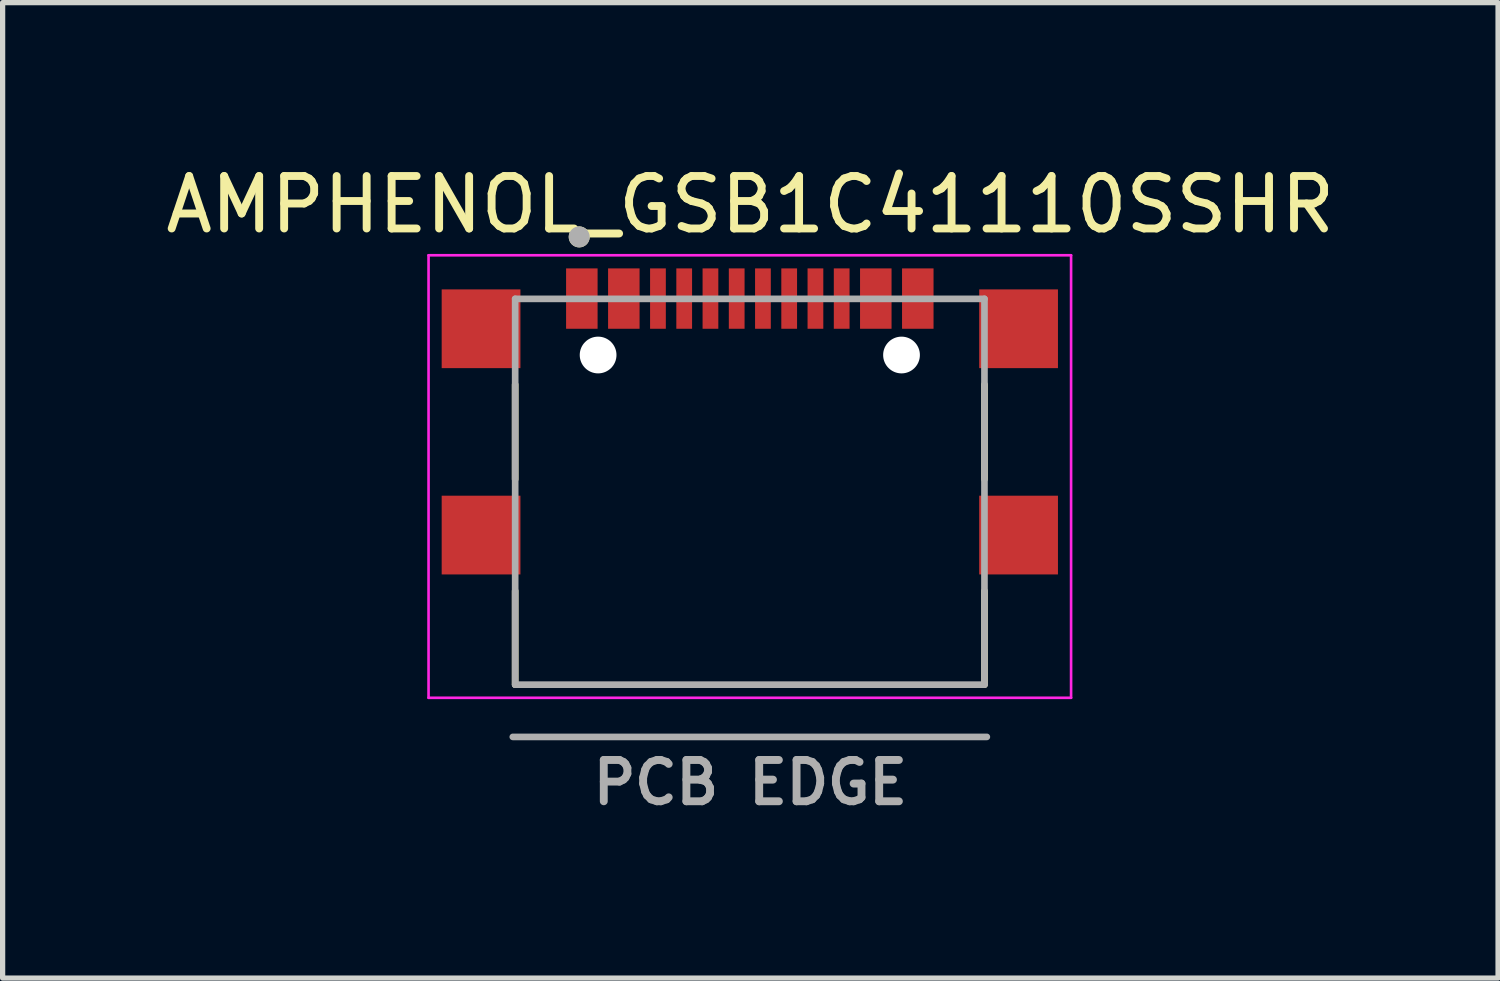
<source format=kicad_pcb>
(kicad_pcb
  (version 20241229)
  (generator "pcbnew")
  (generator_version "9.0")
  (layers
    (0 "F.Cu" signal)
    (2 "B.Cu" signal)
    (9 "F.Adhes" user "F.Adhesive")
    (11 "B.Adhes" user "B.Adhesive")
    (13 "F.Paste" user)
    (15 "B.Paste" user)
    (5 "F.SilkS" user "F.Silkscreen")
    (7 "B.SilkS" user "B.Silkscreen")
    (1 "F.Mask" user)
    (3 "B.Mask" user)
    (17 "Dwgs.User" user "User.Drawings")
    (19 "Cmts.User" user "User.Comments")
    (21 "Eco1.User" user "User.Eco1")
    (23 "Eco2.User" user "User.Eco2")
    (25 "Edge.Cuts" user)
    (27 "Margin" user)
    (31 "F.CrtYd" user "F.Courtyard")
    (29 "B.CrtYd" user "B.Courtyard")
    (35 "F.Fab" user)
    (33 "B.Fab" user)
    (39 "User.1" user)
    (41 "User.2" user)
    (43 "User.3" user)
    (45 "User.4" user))
  (footprint "AMPHENOL_GSB1C41110SSHR"
    (layer "F.Cu")
    (at 11.234 6.318)
    (property "Reference" "AMPHENOL_GSB1C41110SSHR" (at 0.01 -5.47 0) (layer "F.SilkS") (effects (font (size 1 1) (thickness 0.15))))
    (attr smd)
    (fp_poly (pts (xy -3.55 -4.305) (xy -2.85 -4.305) (xy -2.85 -3.055) (xy -3.55 -3.055)) (stroke (width 0.01) (type solid)) (fill yes) (layer "F.Mask"))
    (fp_poly (pts (xy -2.75 -4.305) (xy -2.05 -4.305) (xy -2.05 -3.055) (xy -2.75 -3.055)) (stroke (width 0.01) (type solid)) (fill yes) (layer "F.Mask"))
    (fp_poly (pts (xy -1.95 -4.305) (xy -1.55 -4.305) (xy -1.55 -3.055) (xy -1.95 -3.055)) (stroke (width 0.01) (type solid)) (fill yes) (layer "F.Mask"))
    (fp_poly (pts (xy -1.45 -4.305) (xy -1.05 -4.305) (xy -1.05 -3.055) (xy -1.45 -3.055)) (stroke (width 0.01) (type solid)) (fill yes) (layer "F.Mask"))
    (fp_poly (pts (xy -0.95 -4.305) (xy -0.55 -4.305) (xy -0.55 -3.055) (xy -0.95 -3.055)) (stroke (width 0.01) (type solid)) (fill yes) (layer "F.Mask"))
    (fp_poly (pts (xy -0.45 -4.305) (xy -0.05 -4.305) (xy -0.05 -3.055) (xy -0.45 -3.055)) (stroke (width 0.01) (type solid)) (fill yes) (layer "F.Mask"))
    (fp_poly (pts (xy 0.05 -4.305) (xy 0.45 -4.305) (xy 0.45 -3.055) (xy 0.05 -3.055)) (stroke (width 0.01) (type solid)) (fill yes) (layer "F.Mask"))
    (fp_poly (pts (xy 0.55 -4.305) (xy 0.95 -4.305) (xy 0.95 -3.055) (xy 0.55 -3.055)) (stroke (width 0.01) (type solid)) (fill yes) (layer "F.Mask"))
    (fp_poly (pts (xy 1.05 -4.305) (xy 1.45 -4.305) (xy 1.45 -3.055) (xy 1.05 -3.055)) (stroke (width 0.01) (type solid)) (fill yes) (layer "F.Mask"))
    (fp_poly (pts (xy 1.55 -4.305) (xy 1.95 -4.305) (xy 1.95 -3.055) (xy 1.55 -3.055)) (stroke (width 0.01) (type solid)) (fill yes) (layer "F.Mask"))
    (fp_poly (pts (xy 2.05 -4.305) (xy 2.75 -4.305) (xy 2.75 -3.055) (xy 2.05 -3.055)) (stroke (width 0.01) (type solid)) (fill yes) (layer "F.Mask"))
    (fp_poly (pts (xy 2.85 -4.305) (xy 3.55 -4.305) (xy 3.55 -3.055) (xy 2.85 -3.055)) (stroke (width 0.01) (type solid)) (fill yes) (layer "F.Mask"))
    (fp_line (start -4.47 -2.042) (end -4.47 -0.238) (stroke (width 0.127) (type solid)) (layer "F.SilkS"))
    (fp_line (start -4.47 3.675) (end -4.47 1.889) (stroke (width 0.127) (type solid)) (layer "F.SilkS"))
    (fp_line (start 4.47 -2.042) (end 4.47 -0.238) (stroke (width 0.127) (type solid)) (layer "F.SilkS"))
    (fp_line (start 4.47 3.675) (end 4.47 1.889) (stroke (width 0.127) (type solid)) (layer "F.SilkS"))
    (fp_circle (center -3.25 -4.855) (end -3.15 -4.855) (stroke (width 0.2) (type solid)) (fill no) (layer "F.SilkS"))
    (fp_line (start -6.12 -4.505) (end 6.12 -4.505) (stroke (width 0.05) (type solid)) (layer "F.CrtYd"))
    (fp_line (start -6.12 3.925) (end -6.12 -4.505) (stroke (width 0.05) (type solid)) (layer "F.CrtYd"))
    (fp_line (start 6.12 -4.505) (end 6.12 3.925) (stroke (width 0.05) (type solid)) (layer "F.CrtYd"))
    (fp_line (start 6.12 3.925) (end -6.12 3.925) (stroke (width 0.05) (type solid)) (layer "F.CrtYd"))
    (fp_line (start -4.515 4.67) (end 4.515 4.67) (stroke (width 0.127) (type solid)) (layer "F.Fab"))
    (fp_line (start -4.47 -3.675) (end 4.47 -3.675) (stroke (width 0.127) (type solid)) (layer "F.Fab"))
    (fp_line (start -4.47 3.675) (end -4.47 -3.675) (stroke (width 0.127) (type solid)) (layer "F.Fab"))
    (fp_line (start 4.47 -3.675) (end 4.47 3.675) (stroke (width 0.127) (type solid)) (layer "F.Fab"))
    (fp_line (start 4.47 3.675) (end -4.47 3.675) (stroke (width 0.127) (type solid)) (layer "F.Fab"))
    (fp_circle (center -3.25 -4.855) (end -3.15 -4.855) (stroke (width 0.2) (type solid)) (fill no) (layer "F.Fab"))
    (fp_text user "PCB EDGE" (at 0.01 5.54 0) (layer "F.Fab") (effects (font (size 0.787 0.787) (thickness 0.15))))
    (pad "" np_thru_hole circle (at -2.89 -2.605) (size 0.7 0.7) (drill 0.7) (layers "*.Cu" "*.Mask"))
    (pad "" np_thru_hole circle (at 2.89 -2.605) (size 0.7 0.7) (drill 0.7) (layers "*.Cu" "*.Mask"))
    (pad "A1_B12" smd rect (at -3.2 -3.68) (size 0.6 1.15) (layers "F.Cu" "F.Paste"))
    (pad "A4_B9" smd rect (at -2.4 -3.68) (size 0.6 1.15) (layers "F.Cu" "F.Paste"))
    (pad "A5" smd rect (at -1.25 -3.68) (size 0.3 1.15) (layers "F.Cu" "F.Paste"))
    (pad "A6" smd rect (at -0.25 -3.68) (size 0.3 1.15) (layers "F.Cu" "F.Paste"))
    (pad "A7" smd rect (at 0.25 -3.68) (size 0.3 1.15) (layers "F.Cu" "F.Paste"))
    (pad "A8" smd rect (at 1.25 -3.68) (size 0.3 1.15) (layers "F.Cu" "F.Paste"))
    (pad "B1_A12" smd rect (at 3.2 -3.68) (size 0.6 1.15) (layers "F.Cu" "F.Paste"))
    (pad "B4_A9" smd rect (at 2.4 -3.68) (size 0.6 1.15) (layers "F.Cu" "F.Paste"))
    (pad "B5" smd rect (at 1.75 -3.68) (size 0.3 1.15) (layers "F.Cu" "F.Paste"))
    (pad "B6" smd rect (at 0.75 -3.68) (size 0.3 1.15) (layers "F.Cu" "F.Paste"))
    (pad "B7" smd rect (at -0.75 -3.68) (size 0.3 1.15) (layers "F.Cu" "F.Paste"))
    (pad "B8" smd rect (at -1.75 -3.68) (size 0.3 1.15) (layers "F.Cu" "F.Paste"))
    (pad "SH1" smd rect (at -5.12 -3.105) (size 1.5 1.5) (layers "F.Cu" "F.Mask" "F.Paste"))
    (pad "SH2" smd rect (at 5.12 -3.105) (size 1.5 1.5) (layers "F.Cu" "F.Mask" "F.Paste"))
    (pad "SH3" smd rect (at -5.12 0.825) (size 1.5 1.5) (layers "F.Cu" "F.Mask" "F.Paste"))
    (pad "SH4" smd rect (at 5.12 0.825) (size 1.5 1.5) (layers "F.Cu" "F.Mask" "F.Paste")))
  (gr_rect
    (start -3 -3)
    (end 25.488 15.582)
    (stroke (width 0.1) (type default))
    (fill no)
    (layer "Edge.Cuts")))
</source>
